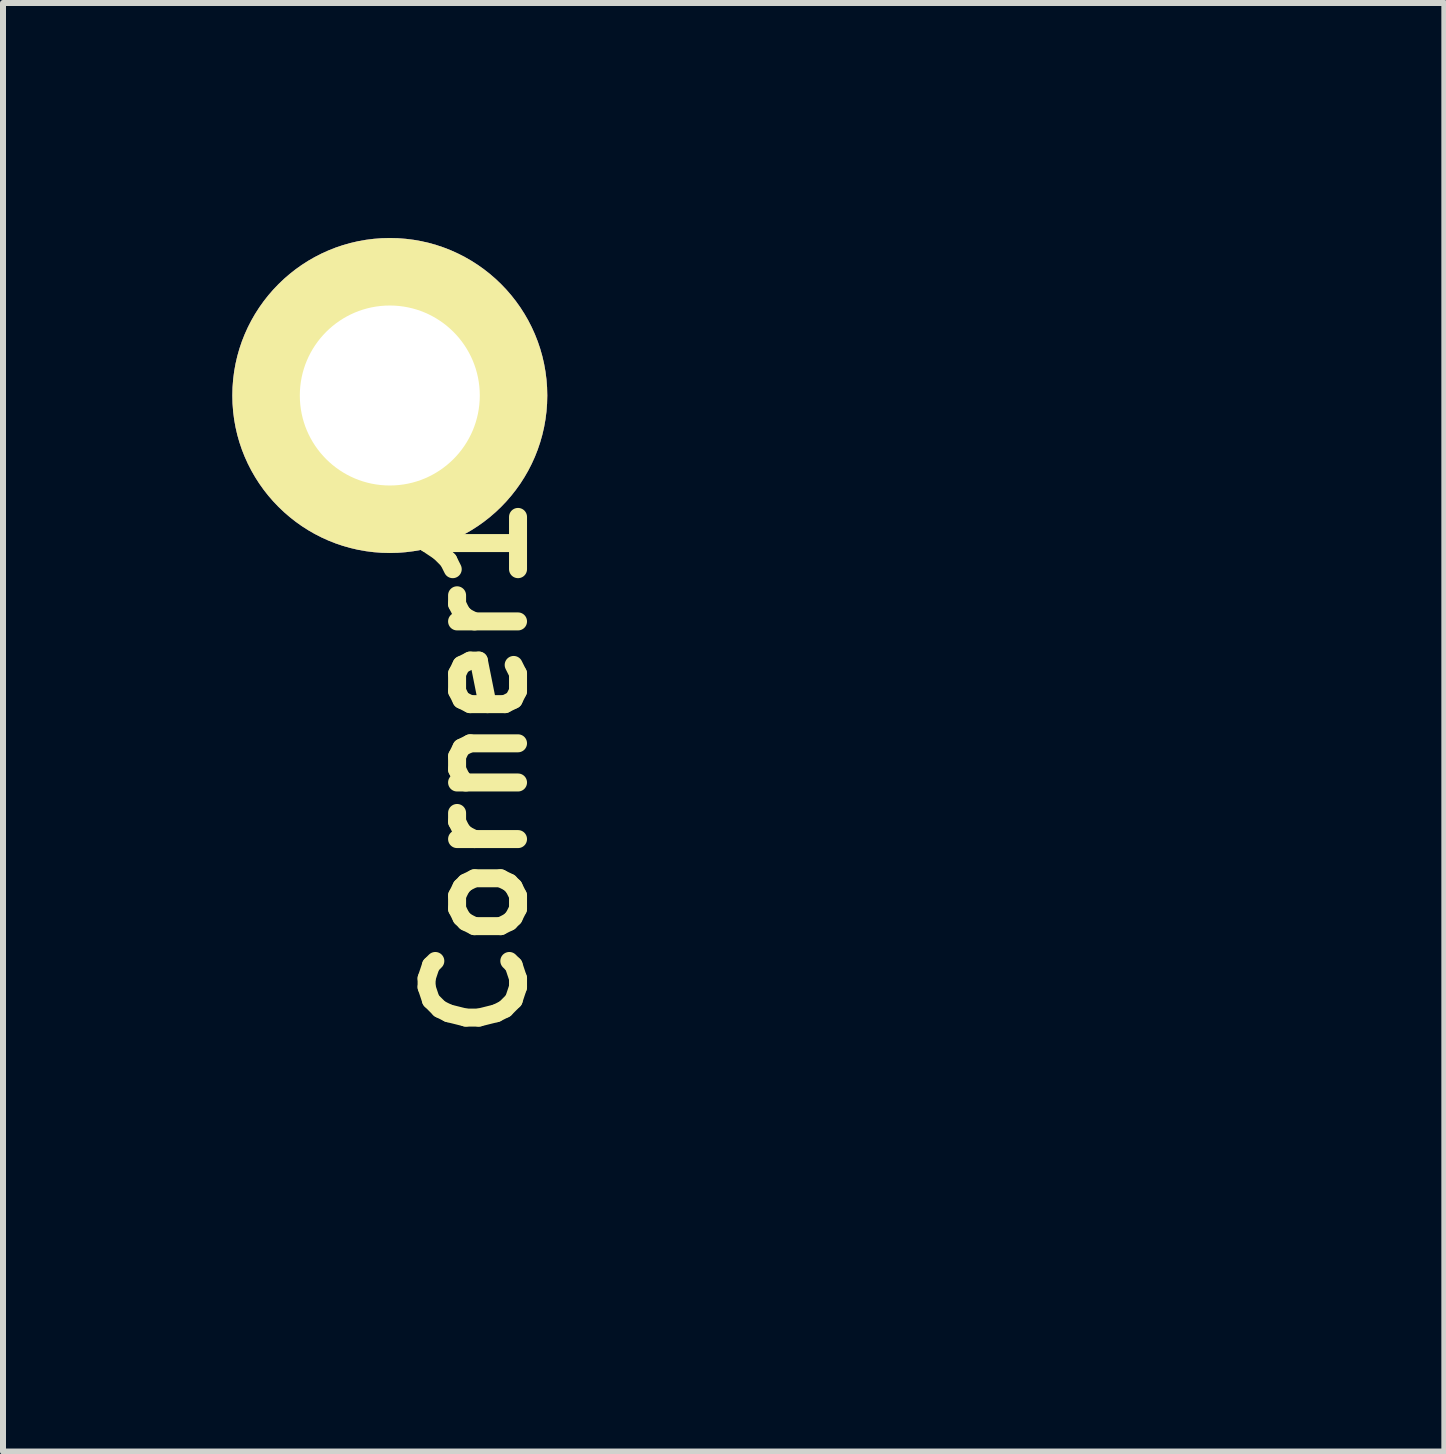
<source format=kicad_pcb>
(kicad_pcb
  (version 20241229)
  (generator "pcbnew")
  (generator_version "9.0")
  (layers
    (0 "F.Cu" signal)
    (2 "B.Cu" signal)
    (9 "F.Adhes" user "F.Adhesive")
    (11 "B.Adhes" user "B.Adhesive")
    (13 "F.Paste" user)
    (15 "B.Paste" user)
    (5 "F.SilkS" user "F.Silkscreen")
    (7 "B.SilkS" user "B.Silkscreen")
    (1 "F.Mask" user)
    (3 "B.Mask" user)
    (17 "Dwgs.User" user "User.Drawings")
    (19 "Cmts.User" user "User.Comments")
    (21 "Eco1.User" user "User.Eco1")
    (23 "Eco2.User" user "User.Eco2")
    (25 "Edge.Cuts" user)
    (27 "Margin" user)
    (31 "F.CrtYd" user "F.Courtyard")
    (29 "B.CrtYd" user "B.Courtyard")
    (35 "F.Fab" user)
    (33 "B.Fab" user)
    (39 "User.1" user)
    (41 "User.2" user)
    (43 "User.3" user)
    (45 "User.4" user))
  (footprint "Corner1"
    (layer "F.Cu")
    (at 5.861 5.981)
    (property "Reference" "Corner1" (at -0.965 3.759 270) (layer "F.SilkS") (effects (font (size 1.524 1.524) (thickness 0.3))))
    (attr through_hole)
    (fp_poly (pts (xy 12.116 -4.319) (xy 12.093 -4.294) (xy 12.027 -4.255) (xy 11.925 -4.203) (xy 11.79 -4.141) (xy 11.63 -4.072) (xy 11.449 -3.997) (xy 11.252 -3.92) (xy 11.046 -3.842) (xy 10.835 -3.765) (xy 10.732 -3.729) (xy 10.464 -3.64) (xy 10.182 -3.555) (xy 9.892 -3.474) (xy 9.603 -3.4) (xy 9.321 -3.333) (xy 9.053 -3.276) (xy 8.806 -3.23) (xy 8.588 -3.197) (xy 8.407 -3.178) (xy 8.312 -3.175) (xy 8.175 -3.193) (xy 8.075 -3.244) (xy 8.013 -3.328) (xy 7.989 -3.443) (xy 8.003 -3.587) (xy 8.057 -3.758) (xy 8.065 -3.777) (xy 8.09 -3.841) (xy 8.102 -3.885) (xy 8.103 -3.889) (xy 8.08 -3.901) (xy 8.02 -3.909) (xy 7.957 -3.911) (xy 7.872 -3.908) (xy 7.814 -3.894) (xy 7.761 -3.86) (xy 7.696 -3.801) (xy 7.553 -3.642) (xy 7.457 -3.486) (xy 7.41 -3.333) (xy 7.411 -3.187) (xy 7.462 -3.049) (xy 7.512 -2.975) (xy 7.632 -2.866) (xy 7.782 -2.796) (xy 7.857 -2.779) (xy 7.917 -2.763) (xy 7.93 -2.748) (xy 7.901 -2.734) (xy 7.835 -2.724) (xy 7.734 -2.719) (xy 7.694 -2.718) (xy 7.508 -2.73) (xy 7.356 -2.77) (xy 7.226 -2.842) (xy 7.136 -2.92) (xy 7.048 -3.024) (xy 6.997 -3.128) (xy 6.989 -3.155) (xy 6.966 -3.306) (xy 6.963 -3.475) (xy 6.979 -3.637) (xy 7.007 -3.753) (xy 7.03 -3.828) (xy 7.042 -3.882) (xy 7.04 -3.899) (xy 6.995 -3.913) (xy 6.927 -3.903) (xy 6.855 -3.875) (xy 6.832 -3.86) (xy 6.766 -3.793) (xy 6.726 -3.697) (xy 6.71 -3.567) (xy 6.713 -3.421) (xy 6.718 -3.283) (xy 6.71 -3.189) (xy 6.687 -3.131) (xy 6.647 -3.104) (xy 6.609 -3.099) (xy 6.518 -3.119) (xy 6.407 -3.174) (xy 6.283 -3.257) (xy 6.156 -3.36) (xy 6.033 -3.477) (xy 5.922 -3.599) (xy 5.831 -3.721) (xy 5.769 -3.834) (xy 5.755 -3.869) (xy 5.746 -3.888) (xy 5.726 -3.9) (xy 5.688 -3.907) (xy 5.623 -3.911) (xy 5.525 -3.91) (xy 5.384 -3.908) (xy 5.366 -3.907) (xy 5.219 -3.903) (xy 5.112 -3.898) (xy 5.033 -3.89) (xy 4.972 -3.877) (xy 4.918 -3.858) (xy 4.859 -3.83) (xy 4.834 -3.818) (xy 4.677 -3.732) (xy 4.533 -3.637) (xy 4.39 -3.526) (xy 4.238 -3.389) (xy 4.102 -3.256) (xy 3.939 -3.097) (xy 3.799 -2.976) (xy 3.678 -2.889) (xy 3.677 -2.889) (xy 3.677 -3.461) (xy 3.648 -3.554) (xy 3.588 -3.633) (xy 3.5 -3.688) (xy 3.387 -3.708) (xy 3.387 -3.708) (xy 3.301 -3.7) (xy 3.238 -3.67) (xy 3.198 -3.634) (xy 3.137 -3.542) (xy 3.118 -3.44) (xy 3.136 -3.34) (xy 3.188 -3.251) (xy 3.268 -3.185) (xy 3.372 -3.152) (xy 3.404 -3.15) (xy 3.469 -3.163) (xy 3.541 -3.195) (xy 3.545 -3.197) (xy 3.629 -3.273) (xy 3.671 -3.364) (xy 3.677 -3.461) (xy 3.677 -2.889) (xy 3.569 -2.832) (xy 3.467 -2.802) (xy 3.38 -2.794) (xy 3.287 -2.797) (xy 3.206 -2.809) (xy 3.126 -2.833) (xy 3.038 -2.875) (xy 2.932 -2.938) (xy 2.797 -3.026) (xy 2.762 -3.05) (xy 2.567 -3.178) (xy 2.401 -3.272) (xy 2.258 -3.334) (xy 2.13 -3.367) (xy 2.009 -3.371) (xy 1.889 -3.348) (xy 1.762 -3.301) (xy 1.711 -3.277) (xy 1.542 -3.167) (xy 1.382 -3.01) (xy 1.235 -2.809) (xy 1.101 -2.569) (xy 0.983 -2.293) (xy 0.882 -1.983) (xy 0.8 -1.644) (xy 0.748 -1.346) (xy 0.732 -1.192) (xy 0.72 -1.002) (xy 0.714 -0.789) (xy 0.713 -0.569) (xy 0.718 -0.355) (xy 0.729 -0.162) (xy 0.739 -0.058) (xy 0.757 0.063) (xy 0.787 0.215) (xy 0.826 0.381) (xy 0.868 0.547) (xy 0.911 0.696) (xy 0.951 0.812) (xy 0.953 0.82) (xy 0.96 0.844) (xy 0.947 0.851) (xy 0.904 0.838) (xy 0.842 0.814) (xy 0.599 0.734) (xy 0.327 0.673) (xy 0.022 0.633) (xy -0.322 0.611) (xy -0.572 0.607) (xy -0.97 0.62) (xy -1.352 0.661) (xy -1.713 0.729) (xy -2.048 0.821) (xy -2.353 0.936) (xy -2.623 1.073) (xy -2.853 1.23) (xy -3.005 1.368) (xy -3.126 1.512) (xy -3.206 1.649) (xy -3.249 1.79) (xy -3.261 1.93) (xy -3.249 2.08) (xy -3.209 2.226) (xy -3.135 2.378) (xy -3.025 2.547) (xy -2.98 2.607) (xy -2.902 2.714) (xy -2.829 2.825) (xy -2.772 2.922) (xy -2.75 2.964) (xy -2.701 3.089) (xy -2.676 3.203) (xy -2.676 3.313) (xy -2.705 3.424) (xy -2.765 3.542) (xy -2.858 3.674) (xy -2.986 3.825) (xy -3.013 3.854) (xy -3.013 3.316) (xy -3.017 3.207) (xy -3.059 3.107) (xy -3.098 3.062) (xy -3.178 3.019) (xy -3.281 3.003) (xy -3.384 3.017) (xy -3.427 3.034) (xy -3.509 3.102) (xy -3.556 3.195) (xy -3.568 3.299) (xy -3.542 3.402) (xy -3.479 3.49) (xy -3.463 3.504) (xy -3.373 3.546) (xy -3.266 3.556) (xy -3.164 3.532) (xy -3.117 3.505) (xy -3.047 3.421) (xy -3.013 3.316) (xy -3.013 3.854) (xy -3.151 4.001) (xy -3.163 4.013) (xy -3.323 4.181) (xy -3.449 4.323) (xy -3.549 4.449) (xy -3.627 4.565) (xy -3.69 4.681) (xy -3.728 4.765) (xy -3.749 4.82) (xy -3.764 4.878) (xy -3.774 4.949) (xy -3.781 5.042) (xy -3.784 5.167) (xy -3.786 5.306) (xy -3.789 5.718) (xy -3.656 5.784) (xy -3.556 5.848) (xy -3.44 5.942) (xy -3.32 6.056) (xy -3.209 6.176) (xy -3.119 6.292) (xy -3.08 6.353) (xy -3.015 6.479) (xy -2.983 6.572) (xy -2.987 6.636) (xy -3.031 6.676) (xy -3.118 6.697) (xy -3.251 6.703) (xy -3.312 6.703) (xy -3.483 6.707) (xy -3.611 6.726) (xy -3.698 6.761) (xy -3.748 6.81) (xy -3.77 6.861) (xy -3.785 6.927) (xy -3.792 6.987) (xy -3.786 7.022) (xy -3.785 7.023) (xy -3.751 7.022) (xy -3.688 7.006) (xy -3.654 6.994) (xy -3.537 6.966) (xy -3.393 6.951) (xy -3.241 6.951) (xy -3.099 6.966) (xy -2.992 6.993) (xy -2.858 7.071) (xy -2.746 7.188) (xy -2.661 7.336) (xy -2.608 7.505) (xy -2.593 7.678) (xy -2.597 7.799) (xy -2.608 7.87) (xy -2.624 7.89) (xy -2.647 7.861) (xy -2.675 7.781) (xy -2.676 7.778) (xy -2.743 7.627) (xy -2.841 7.51) (xy -2.963 7.433) (xy -3.104 7.398) (xy -3.191 7.399) (xy -3.346 7.437) (xy -3.497 7.52) (xy -3.65 7.651) (xy -3.662 7.663) (xy -3.727 7.733) (xy -3.763 7.786) (xy -3.78 7.842) (xy -3.785 7.919) (xy -3.785 7.925) (xy -3.787 8.005) (xy -3.787 8.062) (xy -3.787 8.08) (xy -3.764 8.08) (xy -3.706 8.065) (xy -3.625 8.038) (xy -3.618 8.036) (xy -3.447 7.988) (xy -3.305 7.98) (xy -3.193 8.009) (xy -3.113 8.078) (xy -3.066 8.183) (xy -3.059 8.221) (xy -3.055 8.318) (xy -3.065 8.458) (xy -3.088 8.634) (xy -3.122 8.839) (xy -3.166 9.067) (xy -3.218 9.313) (xy -3.278 9.569) (xy -3.342 9.83) (xy -3.411 10.089) (xy -3.483 10.339) (xy -3.556 10.576) (xy -3.629 10.792) (xy -3.64 10.821) (xy -3.695 10.968) (xy -3.757 11.129) (xy -3.825 11.297) (xy -3.895 11.465) (xy -3.964 11.627) (xy -4.03 11.777) (xy -4.089 11.907) (xy -4.138 12.011) (xy -4.176 12.082) (xy -4.198 12.115) (xy -4.201 12.116) (xy -4.216 12.095) (xy -4.248 12.04) (xy -4.29 11.962) (xy -4.299 11.944) (xy -4.402 11.733) (xy -4.511 11.481) (xy -4.622 11.198) (xy -4.734 10.896) (xy -4.841 10.582) (xy -4.941 10.267) (xy -5.03 9.961) (xy -5.094 9.716) (xy -5.151 9.476) (xy -5.203 9.24) (xy -5.249 9.011) (xy -5.288 8.799) (xy -5.318 8.609) (xy -5.34 8.448) (xy -5.351 8.323) (xy -5.35 8.242) (xy -5.317 8.119) (xy -5.251 8.034) (xy -5.154 7.987) (xy -5.024 7.979) (xy -4.865 8.011) (xy -4.789 8.036) (xy -4.623 8.096) (xy -4.623 7.941) (xy -4.625 7.855) (xy -4.637 7.796) (xy -4.666 7.745) (xy -4.722 7.683) (xy -4.74 7.664) (xy -4.891 7.532) (xy -5.045 7.445) (xy -5.196 7.401) (xy -5.339 7.401) (xy -5.47 7.443) (xy -5.583 7.527) (xy -5.674 7.652) (xy -5.732 7.793) (xy -5.775 7.938) (xy -5.798 7.836) (xy -5.811 7.701) (xy -5.799 7.545) (xy -5.766 7.392) (xy -5.737 7.314) (xy -5.649 7.169) (xy -5.526 7.057) (xy -5.374 6.981) (xy -5.198 6.944) (xy -5.003 6.946) (xy -4.877 6.968) (xy -4.785 6.991) (xy -4.708 7.011) (xy -4.667 7.024) (xy -4.636 7.027) (xy -4.624 6.997) (xy -4.623 6.961) (xy -4.635 6.864) (xy -4.676 6.792) (xy -4.749 6.743) (xy -4.86 6.714) (xy -5.013 6.703) (xy -5.096 6.703) (xy -5.247 6.701) (xy -5.35 6.685) (xy -5.409 6.653) (xy -5.427 6.598) (xy -5.406 6.518) (xy -5.35 6.406) (xy -5.318 6.352) (xy -5.24 6.24) (xy -5.14 6.121) (xy -5.027 6.004) (xy -4.913 5.9) (xy -4.809 5.821) (xy -4.75 5.786) (xy -4.625 5.728) (xy -4.623 1.905) (xy -4.622 -1.918) (xy -4.537 -1.708) (xy -4.389 -1.407) (xy -4.202 -1.139) (xy -3.977 -0.904) (xy -3.715 -0.702) (xy -3.417 -0.536) (xy -3.084 -0.405) (xy -2.946 -0.364) (xy -2.82 -0.34) (xy -2.658 -0.325) (xy -2.476 -0.318) (xy -2.29 -0.319) (xy -2.113 -0.329) (xy -1.961 -0.347) (xy -1.88 -0.364) (xy -1.631 -0.441) (xy -1.418 -0.527) (xy -1.283 -0.595) (xy -1.13 -0.679) (xy -0.308 -0.148) (xy -0.125 -0.03) (xy 0.044 0.078) (xy 0.195 0.174) (xy 0.323 0.254) (xy 0.423 0.316) (xy 0.491 0.358) (xy 0.521 0.375) (xy 0.523 0.375) (xy 0.511 0.353) (xy 0.475 0.292) (xy 0.417 0.199) (xy 0.34 0.077) (xy 0.248 -0.069) (xy 0.143 -0.234) (xy 0.028 -0.414) (xy 0.011 -0.44) (xy -0.106 -0.622) (xy -0.213 -0.791) (xy -0.308 -0.942) (xy -0.389 -1.071) (xy -0.451 -1.172) (xy -0.491 -1.241) (xy -0.508 -1.273) (xy -0.508 -1.274) (xy -0.494 -1.311) (xy -0.461 -1.366) (xy -0.456 -1.374) (xy -0.396 -1.473) (xy -0.332 -1.607) (xy -0.269 -1.761) (xy -0.214 -1.919) (xy -0.198 -1.974) (xy -0.161 -2.153) (xy -0.141 -2.361) (xy -0.138 -2.582) (xy -0.151 -2.798) (xy -0.182 -2.991) (xy -0.198 -3.055) (xy -0.316 -3.383) (xy -0.474 -3.679) (xy -0.672 -3.944) (xy -0.91 -4.177) (xy -1.185 -4.376) (xy -1.295 -4.441) (xy -1.479 -4.529) (xy -1.691 -4.607) (xy -1.908 -4.67) (xy -2.095 -4.706) (xy -2.079 -4.707) (xy -2.015 -4.709) (xy -1.905 -4.71) (xy -1.752 -4.711) (xy -1.559 -4.712) (xy -1.329 -4.713) (xy -1.063 -4.715) (xy -0.766 -4.716) (xy -0.439 -4.717) (xy -0.085 -4.718) (xy 0.294 -4.718) (xy 0.694 -4.719) (xy 1.112 -4.72) (xy 1.548 -4.72) (xy 1.785 -4.721) (xy 2.31 -4.721) (xy 2.787 -4.722) (xy 3.217 -4.722) (xy 3.604 -4.723) (xy 3.949 -4.724) (xy 4.256 -4.725) (xy 4.525 -4.726) (xy 4.76 -4.727) (xy 4.963 -4.728) (xy 5.137 -4.73) (xy 5.283 -4.732) (xy 5.404 -4.734) (xy 5.503 -4.737) (xy 5.581 -4.74) (xy 5.641 -4.743) (xy 5.686 -4.747) (xy 5.717 -4.751) (xy 5.738 -4.755) (xy 5.749 -4.761) (xy 5.755 -4.766) (xy 5.756 -4.769) (xy 5.809 -4.883) (xy 5.893 -5.006) (xy 5.999 -5.132) (xy 6.121 -5.252) (xy 6.249 -5.36) (xy 6.375 -5.449) (xy 6.492 -5.51) (xy 6.592 -5.537) (xy 6.606 -5.537) (xy 6.662 -5.526) (xy 6.698 -5.488) (xy 6.716 -5.416) (xy 6.718 -5.305) (xy 6.714 -5.229) (xy 6.713 -5.049) (xy 6.741 -4.907) (xy 6.795 -4.805) (xy 6.876 -4.743) (xy 6.973 -4.724) (xy 7.056 -4.724) (xy 7.008 -4.879) (xy 6.971 -5.054) (xy 6.961 -5.244) (xy 6.978 -5.426) (xy 6.989 -5.48) (xy 7.048 -5.615) (xy 7.148 -5.733) (xy 7.28 -5.828) (xy 7.436 -5.896) (xy 7.607 -5.931) (xy 7.766 -5.931) (xy 7.848 -5.919) (xy 7.906 -5.904) (xy 7.925 -5.891) (xy 7.903 -5.872) (xy 7.873 -5.867) (xy 7.789 -5.851) (xy 7.69 -5.809) (xy 7.597 -5.75) (xy 7.561 -5.72) (xy 7.467 -5.604) (xy 7.418 -5.475) (xy 7.408 -5.373) (xy 7.419 -5.258) (xy 7.456 -5.149) (xy 7.526 -5.035) (xy 7.633 -4.907) (xy 7.653 -4.885) (xy 7.804 -4.724) (xy 7.953 -4.724) (xy 8.033 -4.727) (xy 8.087 -4.735) (xy 8.103 -4.743) (xy 8.094 -4.776) (xy 8.072 -4.84) (xy 8.049 -4.902) (xy 8.017 -5.009) (xy 7.996 -5.124) (xy 7.992 -5.178) (xy 7.994 -5.262) (xy 8.009 -5.316) (xy 8.045 -5.362) (xy 8.072 -5.388) (xy 8.127 -5.43) (xy 8.183 -5.452) (xy 8.259 -5.46) (xy 8.306 -5.461) (xy 8.487 -5.452) (xy 8.707 -5.425) (xy 8.96 -5.383) (xy 9.239 -5.326) (xy 9.537 -5.258) (xy 9.846 -5.179) (xy 10.159 -5.092) (xy 10.47 -4.998) (xy 10.771 -4.898) (xy 11.055 -4.795) (xy 11.151 -4.758) (xy 11.317 -4.692) (xy 11.483 -4.622) (xy 11.643 -4.553) (xy 11.79 -4.487) (xy 11.918 -4.429) (xy 12.019 -4.379) (xy 12.087 -4.342) (xy 12.115 -4.321) (xy 12.116 -4.319)) (stroke (width 0.1) (type solid)) (fill yes) (layer "F.Mask"))
    (fp_poly (pts (xy 12.116 -4.319) (xy 12.093 -4.294) (xy 12.027 -4.255) (xy 11.925 -4.203) (xy 11.79 -4.141) (xy 11.63 -4.072) (xy 11.449 -3.997) (xy 11.252 -3.92) (xy 11.046 -3.842) (xy 10.835 -3.765) (xy 10.732 -3.729) (xy 10.464 -3.64) (xy 10.182 -3.555) (xy 9.892 -3.474) (xy 9.603 -3.4) (xy 9.321 -3.333) (xy 9.053 -3.276) (xy 8.806 -3.23) (xy 8.588 -3.197) (xy 8.407 -3.178) (xy 8.312 -3.175) (xy 8.175 -3.193) (xy 8.075 -3.244) (xy 8.013 -3.328) (xy 7.989 -3.443) (xy 8.003 -3.587) (xy 8.057 -3.758) (xy 8.065 -3.777) (xy 8.09 -3.841) (xy 8.102 -3.885) (xy 8.103 -3.889) (xy 8.08 -3.901) (xy 8.02 -3.909) (xy 7.957 -3.911) (xy 7.872 -3.908) (xy 7.814 -3.894) (xy 7.761 -3.86) (xy 7.696 -3.801) (xy 7.553 -3.642) (xy 7.457 -3.486) (xy 7.41 -3.333) (xy 7.411 -3.187) (xy 7.462 -3.049) (xy 7.512 -2.975) (xy 7.632 -2.866) (xy 7.782 -2.796) (xy 7.857 -2.779) (xy 7.917 -2.763) (xy 7.93 -2.748) (xy 7.901 -2.734) (xy 7.835 -2.724) (xy 7.734 -2.719) (xy 7.694 -2.718) (xy 7.508 -2.73) (xy 7.356 -2.77) (xy 7.226 -2.842) (xy 7.136 -2.92) (xy 7.048 -3.024) (xy 6.997 -3.128) (xy 6.989 -3.155) (xy 6.966 -3.306) (xy 6.963 -3.475) (xy 6.979 -3.637) (xy 7.007 -3.753) (xy 7.03 -3.828) (xy 7.042 -3.882) (xy 7.04 -3.899) (xy 6.995 -3.913) (xy 6.927 -3.903) (xy 6.855 -3.875) (xy 6.832 -3.86) (xy 6.766 -3.793) (xy 6.726 -3.697) (xy 6.71 -3.567) (xy 6.713 -3.421) (xy 6.718 -3.283) (xy 6.71 -3.189) (xy 6.687 -3.131) (xy 6.647 -3.104) (xy 6.609 -3.099) (xy 6.518 -3.119) (xy 6.407 -3.174) (xy 6.283 -3.257) (xy 6.156 -3.36) (xy 6.033 -3.477) (xy 5.922 -3.599) (xy 5.831 -3.721) (xy 5.769 -3.834) (xy 5.755 -3.869) (xy 5.746 -3.888) (xy 5.726 -3.9) (xy 5.688 -3.907) (xy 5.623 -3.911) (xy 5.525 -3.91) (xy 5.384 -3.908) (xy 5.366 -3.907) (xy 5.219 -3.903) (xy 5.112 -3.898) (xy 5.033 -3.89) (xy 4.972 -3.877) (xy 4.918 -3.858) (xy 4.859 -3.83) (xy 4.834 -3.818) (xy 4.677 -3.732) (xy 4.533 -3.637) (xy 4.39 -3.526) (xy 4.238 -3.389) (xy 4.102 -3.256) (xy 3.939 -3.097) (xy 3.799 -2.976) (xy 3.678 -2.889) (xy 3.677 -2.889) (xy 3.677 -3.461) (xy 3.648 -3.554) (xy 3.588 -3.633) (xy 3.5 -3.688) (xy 3.387 -3.708) (xy 3.387 -3.708) (xy 3.301 -3.7) (xy 3.238 -3.67) (xy 3.198 -3.634) (xy 3.137 -3.542) (xy 3.118 -3.44) (xy 3.136 -3.34) (xy 3.188 -3.251) (xy 3.268 -3.185) (xy 3.372 -3.152) (xy 3.404 -3.15) (xy 3.469 -3.163) (xy 3.541 -3.195) (xy 3.545 -3.197) (xy 3.629 -3.273) (xy 3.671 -3.364) (xy 3.677 -3.461) (xy 3.677 -2.889) (xy 3.569 -2.832) (xy 3.467 -2.802) (xy 3.38 -2.794) (xy 3.287 -2.797) (xy 3.206 -2.809) (xy 3.126 -2.833) (xy 3.038 -2.875) (xy 2.932 -2.938) (xy 2.797 -3.026) (xy 2.762 -3.05) (xy 2.567 -3.178) (xy 2.401 -3.272) (xy 2.258 -3.334) (xy 2.13 -3.367) (xy 2.009 -3.371) (xy 1.889 -3.348) (xy 1.762 -3.301) (xy 1.711 -3.277) (xy 1.542 -3.167) (xy 1.382 -3.01) (xy 1.235 -2.809) (xy 1.101 -2.569) (xy 0.983 -2.293) (xy 0.882 -1.983) (xy 0.8 -1.644) (xy 0.748 -1.346) (xy 0.732 -1.192) (xy 0.72 -1.002) (xy 0.714 -0.789) (xy 0.713 -0.569) (xy 0.718 -0.355) (xy 0.729 -0.162) (xy 0.739 -0.058) (xy 0.757 0.063) (xy 0.787 0.215) (xy 0.826 0.381) (xy 0.868 0.547) (xy 0.911 0.696) (xy 0.951 0.812) (xy 0.953 0.82) (xy 0.96 0.844) (xy 0.947 0.851) (xy 0.904 0.838) (xy 0.842 0.814) (xy 0.599 0.734) (xy 0.327 0.673) (xy 0.022 0.633) (xy -0.322 0.611) (xy -0.572 0.607) (xy -0.97 0.62) (xy -1.352 0.661) (xy -1.713 0.729) (xy -2.048 0.821) (xy -2.353 0.936) (xy -2.623 1.073) (xy -2.853 1.23) (xy -3.005 1.368) (xy -3.126 1.512) (xy -3.206 1.649) (xy -3.249 1.79) (xy -3.261 1.93) (xy -3.249 2.08) (xy -3.209 2.226) (xy -3.135 2.378) (xy -3.025 2.547) (xy -2.98 2.607) (xy -2.902 2.714) (xy -2.829 2.825) (xy -2.772 2.922) (xy -2.75 2.964) (xy -2.701 3.089) (xy -2.676 3.203) (xy -2.676 3.313) (xy -2.705 3.424) (xy -2.765 3.542) (xy -2.858 3.674) (xy -2.986 3.825) (xy -3.013 3.854) (xy -3.013 3.316) (xy -3.017 3.207) (xy -3.059 3.107) (xy -3.098 3.062) (xy -3.178 3.019) (xy -3.281 3.003) (xy -3.384 3.017) (xy -3.427 3.034) (xy -3.509 3.102) (xy -3.556 3.195) (xy -3.568 3.299) (xy -3.542 3.402) (xy -3.479 3.49) (xy -3.463 3.504) (xy -3.373 3.546) (xy -3.266 3.556) (xy -3.164 3.532) (xy -3.117 3.505) (xy -3.047 3.421) (xy -3.013 3.316) (xy -3.013 3.854) (xy -3.151 4.001) (xy -3.163 4.013) (xy -3.323 4.181) (xy -3.449 4.323) (xy -3.549 4.449) (xy -3.627 4.565) (xy -3.69 4.681) (xy -3.728 4.765) (xy -3.749 4.82) (xy -3.764 4.878) (xy -3.774 4.949) (xy -3.781 5.042) (xy -3.784 5.167) (xy -3.786 5.306) (xy -3.789 5.718) (xy -3.656 5.784) (xy -3.556 5.848) (xy -3.44 5.942) (xy -3.32 6.056) (xy -3.209 6.176) (xy -3.119 6.292) (xy -3.08 6.353) (xy -3.015 6.479) (xy -2.983 6.572) (xy -2.987 6.636) (xy -3.031 6.676) (xy -3.118 6.697) (xy -3.251 6.703) (xy -3.312 6.703) (xy -3.483 6.707) (xy -3.611 6.726) (xy -3.698 6.761) (xy -3.748 6.81) (xy -3.77 6.861) (xy -3.785 6.927) (xy -3.792 6.987) (xy -3.786 7.022) (xy -3.785 7.023) (xy -3.751 7.022) (xy -3.688 7.006) (xy -3.654 6.994) (xy -3.537 6.966) (xy -3.393 6.951) (xy -3.241 6.951) (xy -3.099 6.966) (xy -2.992 6.993) (xy -2.858 7.071) (xy -2.746 7.188) (xy -2.661 7.336) (xy -2.608 7.505) (xy -2.593 7.678) (xy -2.597 7.799) (xy -2.608 7.87) (xy -2.624 7.89) (xy -2.647 7.861) (xy -2.675 7.781) (xy -2.676 7.778) (xy -2.743 7.627) (xy -2.841 7.51) (xy -2.963 7.433) (xy -3.104 7.398) (xy -3.191 7.399) (xy -3.346 7.437) (xy -3.497 7.52) (xy -3.65 7.651) (xy -3.662 7.663) (xy -3.727 7.733) (xy -3.763 7.786) (xy -3.78 7.842) (xy -3.785 7.919) (xy -3.785 7.925) (xy -3.787 8.005) (xy -3.787 8.062) (xy -3.787 8.08) (xy -3.764 8.08) (xy -3.706 8.065) (xy -3.625 8.038) (xy -3.618 8.036) (xy -3.447 7.988) (xy -3.305 7.98) (xy -3.193 8.009) (xy -3.113 8.078) (xy -3.066 8.183) (xy -3.059 8.221) (xy -3.055 8.318) (xy -3.065 8.458) (xy -3.088 8.634) (xy -3.122 8.839) (xy -3.166 9.067) (xy -3.218 9.313) (xy -3.278 9.569) (xy -3.342 9.83) (xy -3.411 10.089) (xy -3.483 10.339) (xy -3.556 10.576) (xy -3.629 10.792) (xy -3.64 10.821) (xy -3.695 10.968) (xy -3.757 11.129) (xy -3.825 11.297) (xy -3.895 11.465) (xy -3.964 11.627) (xy -4.03 11.777) (xy -4.089 11.907) (xy -4.138 12.011) (xy -4.176 12.082) (xy -4.198 12.115) (xy -4.201 12.116) (xy -4.216 12.095) (xy -4.248 12.04) (xy -4.29 11.962) (xy -4.299 11.944) (xy -4.402 11.733) (xy -4.511 11.481) (xy -4.622 11.198) (xy -4.734 10.896) (xy -4.841 10.582) (xy -4.941 10.267) (xy -5.03 9.961) (xy -5.094 9.716) (xy -5.151 9.476) (xy -5.203 9.24) (xy -5.249 9.011) (xy -5.288 8.799) (xy -5.318 8.609) (xy -5.34 8.448) (xy -5.351 8.323) (xy -5.35 8.242) (xy -5.317 8.119) (xy -5.251 8.034) (xy -5.154 7.987) (xy -5.024 7.979) (xy -4.865 8.011) (xy -4.789 8.036) (xy -4.623 8.096) (xy -4.623 7.941) (xy -4.625 7.855) (xy -4.637 7.796) (xy -4.666 7.745) (xy -4.722 7.683) (xy -4.74 7.664) (xy -4.891 7.532) (xy -5.045 7.445) (xy -5.196 7.401) (xy -5.339 7.401) (xy -5.47 7.443) (xy -5.583 7.527) (xy -5.674 7.652) (xy -5.732 7.793) (xy -5.775 7.938) (xy -5.798 7.836) (xy -5.811 7.701) (xy -5.799 7.545) (xy -5.766 7.392) (xy -5.737 7.314) (xy -5.649 7.169) (xy -5.526 7.057) (xy -5.374 6.981) (xy -5.198 6.944) (xy -5.003 6.946) (xy -4.877 6.968) (xy -4.785 6.991) (xy -4.708 7.011) (xy -4.667 7.024) (xy -4.636 7.027) (xy -4.624 6.997) (xy -4.623 6.961) (xy -4.635 6.864) (xy -4.676 6.792) (xy -4.749 6.743) (xy -4.86 6.714) (xy -5.013 6.703) (xy -5.096 6.703) (xy -5.247 6.701) (xy -5.35 6.685) (xy -5.409 6.653) (xy -5.427 6.598) (xy -5.406 6.518) (xy -5.35 6.406) (xy -5.318 6.352) (xy -5.24 6.24) (xy -5.14 6.121) (xy -5.027 6.004) (xy -4.913 5.9) (xy -4.809 5.821) (xy -4.75 5.786) (xy -4.625 5.728) (xy -4.623 1.905) (xy -4.622 -1.918) (xy -4.537 -1.708) (xy -4.389 -1.407) (xy -4.202 -1.139) (xy -3.977 -0.904) (xy -3.715 -0.702) (xy -3.417 -0.536) (xy -3.084 -0.405) (xy -2.946 -0.364) (xy -2.82 -0.34) (xy -2.658 -0.325) (xy -2.476 -0.318) (xy -2.29 -0.319) (xy -2.113 -0.329) (xy -1.961 -0.347) (xy -1.88 -0.364) (xy -1.631 -0.441) (xy -1.418 -0.527) (xy -1.283 -0.595) (xy -1.13 -0.679) (xy -0.308 -0.148) (xy -0.125 -0.03) (xy 0.044 0.078) (xy 0.195 0.174) (xy 0.323 0.254) (xy 0.423 0.316) (xy 0.491 0.358) (xy 0.521 0.375) (xy 0.523 0.375) (xy 0.511 0.353) (xy 0.475 0.292) (xy 0.417 0.199) (xy 0.34 0.077) (xy 0.248 -0.069) (xy 0.143 -0.234) (xy 0.028 -0.414) (xy 0.011 -0.44) (xy -0.106 -0.622) (xy -0.213 -0.791) (xy -0.308 -0.942) (xy -0.389 -1.071) (xy -0.451 -1.172) (xy -0.491 -1.241) (xy -0.508 -1.273) (xy -0.508 -1.274) (xy -0.494 -1.311) (xy -0.461 -1.366) (xy -0.456 -1.374) (xy -0.396 -1.473) (xy -0.332 -1.607) (xy -0.269 -1.761) (xy -0.214 -1.919) (xy -0.198 -1.974) (xy -0.161 -2.153) (xy -0.141 -2.361) (xy -0.138 -2.582) (xy -0.151 -2.798) (xy -0.182 -2.991) (xy -0.198 -3.055) (xy -0.316 -3.383) (xy -0.474 -3.679) (xy -0.672 -3.944) (xy -0.91 -4.177) (xy -1.185 -4.376) (xy -1.295 -4.441) (xy -1.479 -4.529) (xy -1.691 -4.607) (xy -1.908 -4.67) (xy -2.095 -4.706) (xy -2.079 -4.707) (xy -2.015 -4.709) (xy -1.905 -4.71) (xy -1.752 -4.711) (xy -1.559 -4.712) (xy -1.329 -4.713) (xy -1.063 -4.715) (xy -0.766 -4.716) (xy -0.439 -4.717) (xy -0.085 -4.718) (xy 0.294 -4.718) (xy 0.694 -4.719) (xy 1.112 -4.72) (xy 1.548 -4.72) (xy 1.785 -4.721) (xy 2.31 -4.721) (xy 2.787 -4.722) (xy 3.217 -4.722) (xy 3.604 -4.723) (xy 3.949 -4.724) (xy 4.256 -4.725) (xy 4.525 -4.726) (xy 4.76 -4.727) (xy 4.963 -4.728) (xy 5.137 -4.73) (xy 5.283 -4.732) (xy 5.404 -4.734) (xy 5.503 -4.737) (xy 5.581 -4.74) (xy 5.641 -4.743) (xy 5.686 -4.747) (xy 5.717 -4.751) (xy 5.738 -4.755) (xy 5.749 -4.761) (xy 5.755 -4.766) (xy 5.756 -4.769) (xy 5.809 -4.883) (xy 5.893 -5.006) (xy 5.999 -5.132) (xy 6.121 -5.252) (xy 6.249 -5.36) (xy 6.375 -5.449) (xy 6.492 -5.51) (xy 6.592 -5.537) (xy 6.606 -5.537) (xy 6.662 -5.526) (xy 6.698 -5.488) (xy 6.716 -5.416) (xy 6.718 -5.305) (xy 6.714 -5.229) (xy 6.713 -5.049) (xy 6.741 -4.907) (xy 6.795 -4.805) (xy 6.876 -4.743) (xy 6.973 -4.724) (xy 7.056 -4.724) (xy 7.008 -4.879) (xy 6.971 -5.054) (xy 6.961 -5.244) (xy 6.978 -5.426) (xy 6.989 -5.48) (xy 7.048 -5.615) (xy 7.148 -5.733) (xy 7.28 -5.828) (xy 7.436 -5.896) (xy 7.607 -5.931) (xy 7.766 -5.931) (xy 7.848 -5.919) (xy 7.906 -5.904) (xy 7.925 -5.891) (xy 7.903 -5.872) (xy 7.873 -5.867) (xy 7.789 -5.851) (xy 7.69 -5.809) (xy 7.597 -5.75) (xy 7.561 -5.72) (xy 7.467 -5.604) (xy 7.418 -5.475) (xy 7.408 -5.373) (xy 7.419 -5.258) (xy 7.456 -5.149) (xy 7.526 -5.035) (xy 7.633 -4.907) (xy 7.653 -4.885) (xy 7.804 -4.724) (xy 7.953 -4.724) (xy 8.033 -4.727) (xy 8.087 -4.735) (xy 8.103 -4.743) (xy 8.094 -4.776) (xy 8.072 -4.84) (xy 8.049 -4.902) (xy 8.017 -5.009) (xy 7.996 -5.124) (xy 7.992 -5.178) (xy 7.994 -5.262) (xy 8.009 -5.316) (xy 8.045 -5.362) (xy 8.072 -5.388) (xy 8.127 -5.43) (xy 8.183 -5.452) (xy 8.259 -5.46) (xy 8.306 -5.461) (xy 8.487 -5.452) (xy 8.707 -5.425) (xy 8.96 -5.383) (xy 9.239 -5.326) (xy 9.537 -5.258) (xy 9.846 -5.179) (xy 10.159 -5.092) (xy 10.47 -4.998) (xy 10.771 -4.898) (xy 11.055 -4.795) (xy 11.151 -4.758) (xy 11.317 -4.692) (xy 11.483 -4.622) (xy 11.643 -4.553) (xy 11.79 -4.487) (xy 11.918 -4.429) (xy 12.019 -4.379) (xy 12.087 -4.342) (xy 12.115 -4.321) (xy 12.116 -4.319)) (stroke (width 0.1) (type solid)) (fill yes) (layer "B.Mask"))
    (pad "1" thru_hole circle (at -2.413 -2.438) (size 5.25 5.25) (drill 3) (layers "*.Cu" "*.Mask" "F.SilkS")))
  (gr_rect
    (start -3 -3)
    (end 21.027 21.147)
    (stroke (width 0.1) (type default))
    (fill no)
    (layer "Edge.Cuts")))
</source>
